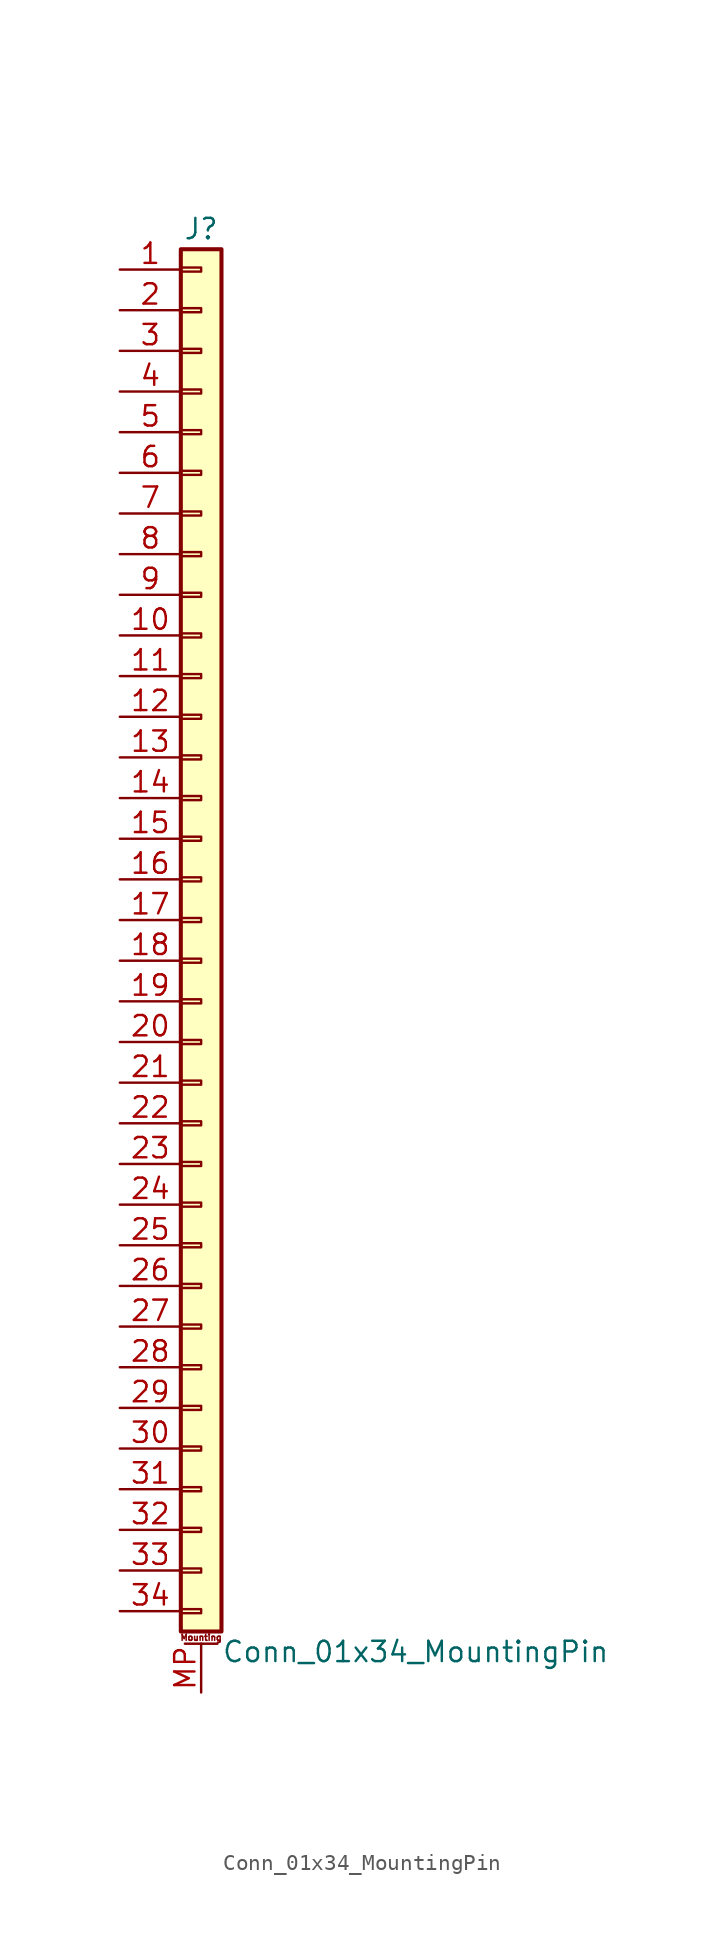
<source format=kicad_sym>
(kicad_symbol_lib
  (version 20201005)
  (generator kicad_symbol_editor)
  (symbol "Connector_Generic_MountingPin:Conn_01x34_MountingPin"
    (pin_names
      (offset 1.016) hide)
    (property "Reference" "J"
      (at 0 43.18 0)
      (effects (font (size 1.27 1.27))))
    (property "Value" "Conn_01x34_MountingPin"
      (at 1.27 -45.72 0)
      (effects (font (size 1.27 1.27)) (justify left)))
    (symbol "Conn_01x34_MountingPin_1_1"
      (text "Mounting" (at 0 -44.831 0) (effects (font (size 0.381 0.381))))
      (rectangle (start -1.27 -27.813) (end 0 -28.067) (stroke (width 0.152)) (fill (type none)))
      (rectangle (start -1.27 -30.353) (end 0 -30.607) (stroke (width 0.152)) (fill (type none)))
      (rectangle (start -1.27 -32.893) (end 0 -33.147) (stroke (width 0.152)) (fill (type none)))
      (rectangle (start -1.27 -35.433) (end 0 -35.687) (stroke (width 0.152)) (fill (type none)))
      (rectangle (start -1.27 -37.973) (end 0 -38.227) (stroke (width 0.152)) (fill (type none)))
      (rectangle (start -1.27 -40.513) (end 0 -40.767) (stroke (width 0.152)) (fill (type none)))
      (rectangle (start -1.27 -43.053) (end 0 -43.307) (stroke (width 0.152)) (fill (type none)))
      (rectangle (start -1.27 -4.953) (end 0 -5.207) (stroke (width 0.152)) (fill (type none)))
      (rectangle (start -1.27 -7.493) (end 0 -7.747) (stroke (width 0.152)) (fill (type none)))
      (rectangle (start -1.27 -10.033) (end 0 -10.287) (stroke (width 0.152)) (fill (type none)))
      (rectangle (start -1.27 -12.573) (end 0 -12.827) (stroke (width 0.152)) (fill (type none)))
      (rectangle (start -1.27 -15.113) (end 0 -15.367) (stroke (width 0.152)) (fill (type none)))
      (rectangle (start -1.27 -17.653) (end 0 -17.907) (stroke (width 0.152)) (fill (type none)))
      (rectangle (start -1.27 -20.193) (end 0 -20.447) (stroke (width 0.152)) (fill (type none)))
      (rectangle (start -1.27 -22.733) (end 0 -22.987) (stroke (width 0.152)) (fill (type none)))
      (rectangle (start -1.27 -2.413) (end 0 -2.667) (stroke (width 0.152)) (fill (type none)))
      (rectangle (start -1.27 -25.273) (end 0 -25.527) (stroke (width 0.152)) (fill (type none)))
      (rectangle (start -1.27 25.527) (end 0 25.273) (stroke (width 0.152)) (fill (type none)))
      (rectangle (start -1.27 2.667) (end 0 2.413) (stroke (width 0.152)) (fill (type none)))
      (rectangle (start -1.27 28.067) (end 0 27.813) (stroke (width 0.152)) (fill (type none)))
      (rectangle (start -1.27 30.607) (end 0 30.353) (stroke (width 0.152)) (fill (type none)))
      (rectangle (start -1.27 33.147) (end 0 32.893) (stroke (width 0.152)) (fill (type none)))
      (rectangle (start -1.27 35.687) (end 0 35.433) (stroke (width 0.152)) (fill (type none)))
      (rectangle (start -1.27 38.227) (end 0 37.973) (stroke (width 0.152)) (fill (type none)))
      (rectangle (start -1.27 40.767) (end 0 40.513) (stroke (width 0.152)) (fill (type none)))
      (rectangle (start -1.27 41.91) (end 1.27 -44.45) (stroke (width 0.254)) (fill (type background)))
      (rectangle (start -1.27 5.207) (end 0 4.953) (stroke (width 0.152)) (fill (type none)))
      (rectangle (start -1.27 7.747) (end 0 7.493) (stroke (width 0.152)) (fill (type none)))
      (rectangle (start -1.27 10.287) (end 0 10.033) (stroke (width 0.152)) (fill (type none)))
      (rectangle (start -1.27 0.127) (end 0 -0.127) (stroke (width 0.152)) (fill (type none)))
      (rectangle (start -1.27 12.827) (end 0 12.573) (stroke (width 0.152)) (fill (type none)))
      (rectangle (start -1.27 15.367) (end 0 15.113) (stroke (width 0.152)) (fill (type none)))
      (rectangle (start -1.27 17.907) (end 0 17.653) (stroke (width 0.152)) (fill (type none)))
      (rectangle (start -1.27 20.447) (end 0 20.193) (stroke (width 0.152)) (fill (type none)))
      (rectangle (start -1.27 22.987) (end 0 22.733) (stroke (width 0.152)) (fill (type none)))
      (polyline (pts (xy -1.016 -45.212) (xy 1.016 -45.212)) (stroke (width 0.152)) (fill (type none)))
      (pin passive line (at 0 -48.26 90) (length 3.048) (name "MountPin" (effects (font (size 1.27 1.27)))) (number "MP" (effects (font (size 1.27 1.27)))))
      (pin passive line (at -5.08 40.64 0) (length 3.81) (name "Pin_1" (effects (font (size 1.27 1.27)))) (number "1" (effects (font (size 1.27 1.27)))))
      (pin passive line (at -5.08 17.78 0) (length 3.81) (name "Pin_10" (effects (font (size 1.27 1.27)))) (number "10" (effects (font (size 1.27 1.27)))))
      (pin passive line (at -5.08 15.24 0) (length 3.81) (name "Pin_11" (effects (font (size 1.27 1.27)))) (number "11" (effects (font (size 1.27 1.27)))))
      (pin passive line (at -5.08 12.7 0) (length 3.81) (name "Pin_12" (effects (font (size 1.27 1.27)))) (number "12" (effects (font (size 1.27 1.27)))))
      (pin passive line (at -5.08 10.16 0) (length 3.81) (name "Pin_13" (effects (font (size 1.27 1.27)))) (number "13" (effects (font (size 1.27 1.27)))))
      (pin passive line (at -5.08 7.62 0) (length 3.81) (name "Pin_14" (effects (font (size 1.27 1.27)))) (number "14" (effects (font (size 1.27 1.27)))))
      (pin passive line (at -5.08 5.08 0) (length 3.81) (name "Pin_15" (effects (font (size 1.27 1.27)))) (number "15" (effects (font (size 1.27 1.27)))))
      (pin passive line (at -5.08 2.54 0) (length 3.81) (name "Pin_16" (effects (font (size 1.27 1.27)))) (number "16" (effects (font (size 1.27 1.27)))))
      (pin passive line (at -5.08 0 0) (length 3.81) (name "Pin_17" (effects (font (size 1.27 1.27)))) (number "17" (effects (font (size 1.27 1.27)))))
      (pin passive line (at -5.08 -2.54 0) (length 3.81) (name "Pin_18" (effects (font (size 1.27 1.27)))) (number "18" (effects (font (size 1.27 1.27)))))
      (pin passive line (at -5.08 -5.08 0) (length 3.81) (name "Pin_19" (effects (font (size 1.27 1.27)))) (number "19" (effects (font (size 1.27 1.27)))))
      (pin passive line (at -5.08 38.1 0) (length 3.81) (name "Pin_2" (effects (font (size 1.27 1.27)))) (number "2" (effects (font (size 1.27 1.27)))))
      (pin passive line (at -5.08 -7.62 0) (length 3.81) (name "Pin_20" (effects (font (size 1.27 1.27)))) (number "20" (effects (font (size 1.27 1.27)))))
      (pin passive line (at -5.08 -10.16 0) (length 3.81) (name "Pin_21" (effects (font (size 1.27 1.27)))) (number "21" (effects (font (size 1.27 1.27)))))
      (pin passive line (at -5.08 -12.7 0) (length 3.81) (name "Pin_22" (effects (font (size 1.27 1.27)))) (number "22" (effects (font (size 1.27 1.27)))))
      (pin passive line (at -5.08 -15.24 0) (length 3.81) (name "Pin_23" (effects (font (size 1.27 1.27)))) (number "23" (effects (font (size 1.27 1.27)))))
      (pin passive line (at -5.08 -17.78 0) (length 3.81) (name "Pin_24" (effects (font (size 1.27 1.27)))) (number "24" (effects (font (size 1.27 1.27)))))
      (pin passive line (at -5.08 -20.32 0) (length 3.81) (name "Pin_25" (effects (font (size 1.27 1.27)))) (number "25" (effects (font (size 1.27 1.27)))))
      (pin passive line (at -5.08 -22.86 0) (length 3.81) (name "Pin_26" (effects (font (size 1.27 1.27)))) (number "26" (effects (font (size 1.27 1.27)))))
      (pin passive line (at -5.08 -25.4 0) (length 3.81) (name "Pin_27" (effects (font (size 1.27 1.27)))) (number "27" (effects (font (size 1.27 1.27)))))
      (pin passive line (at -5.08 -27.94 0) (length 3.81) (name "Pin_28" (effects (font (size 1.27 1.27)))) (number "28" (effects (font (size 1.27 1.27)))))
      (pin passive line (at -5.08 -30.48 0) (length 3.81) (name "Pin_29" (effects (font (size 1.27 1.27)))) (number "29" (effects (font (size 1.27 1.27)))))
      (pin passive line (at -5.08 35.56 0) (length 3.81) (name "Pin_3" (effects (font (size 1.27 1.27)))) (number "3" (effects (font (size 1.27 1.27)))))
      (pin passive line (at -5.08 -33.02 0) (length 3.81) (name "Pin_30" (effects (font (size 1.27 1.27)))) (number "30" (effects (font (size 1.27 1.27)))))
      (pin passive line (at -5.08 -35.56 0) (length 3.81) (name "Pin_31" (effects (font (size 1.27 1.27)))) (number "31" (effects (font (size 1.27 1.27)))))
      (pin passive line (at -5.08 -38.1 0) (length 3.81) (name "Pin_32" (effects (font (size 1.27 1.27)))) (number "32" (effects (font (size 1.27 1.27)))))
      (pin passive line (at -5.08 -40.64 0) (length 3.81) (name "Pin_33" (effects (font (size 1.27 1.27)))) (number "33" (effects (font (size 1.27 1.27)))))
      (pin passive line (at -5.08 -43.18 0) (length 3.81) (name "Pin_34" (effects (font (size 1.27 1.27)))) (number "34" (effects (font (size 1.27 1.27)))))
      (pin passive line (at -5.08 33.02 0) (length 3.81) (name "Pin_4" (effects (font (size 1.27 1.27)))) (number "4" (effects (font (size 1.27 1.27)))))
      (pin passive line (at -5.08 30.48 0) (length 3.81) (name "Pin_5" (effects (font (size 1.27 1.27)))) (number "5" (effects (font (size 1.27 1.27)))))
      (pin passive line (at -5.08 27.94 0) (length 3.81) (name "Pin_6" (effects (font (size 1.27 1.27)))) (number "6" (effects (font (size 1.27 1.27)))))
      (pin passive line (at -5.08 25.4 0) (length 3.81) (name "Pin_7" (effects (font (size 1.27 1.27)))) (number "7" (effects (font (size 1.27 1.27)))))
      (pin passive line (at -5.08 22.86 0) (length 3.81) (name "Pin_8" (effects (font (size 1.27 1.27)))) (number "8" (effects (font (size 1.27 1.27)))))
      (pin passive line (at -5.08 20.32 0) (length 3.81) (name "Pin_9" (effects (font (size 1.27 1.27)))) (number "9" (effects (font (size 1.27 1.27))))))))
</source>
